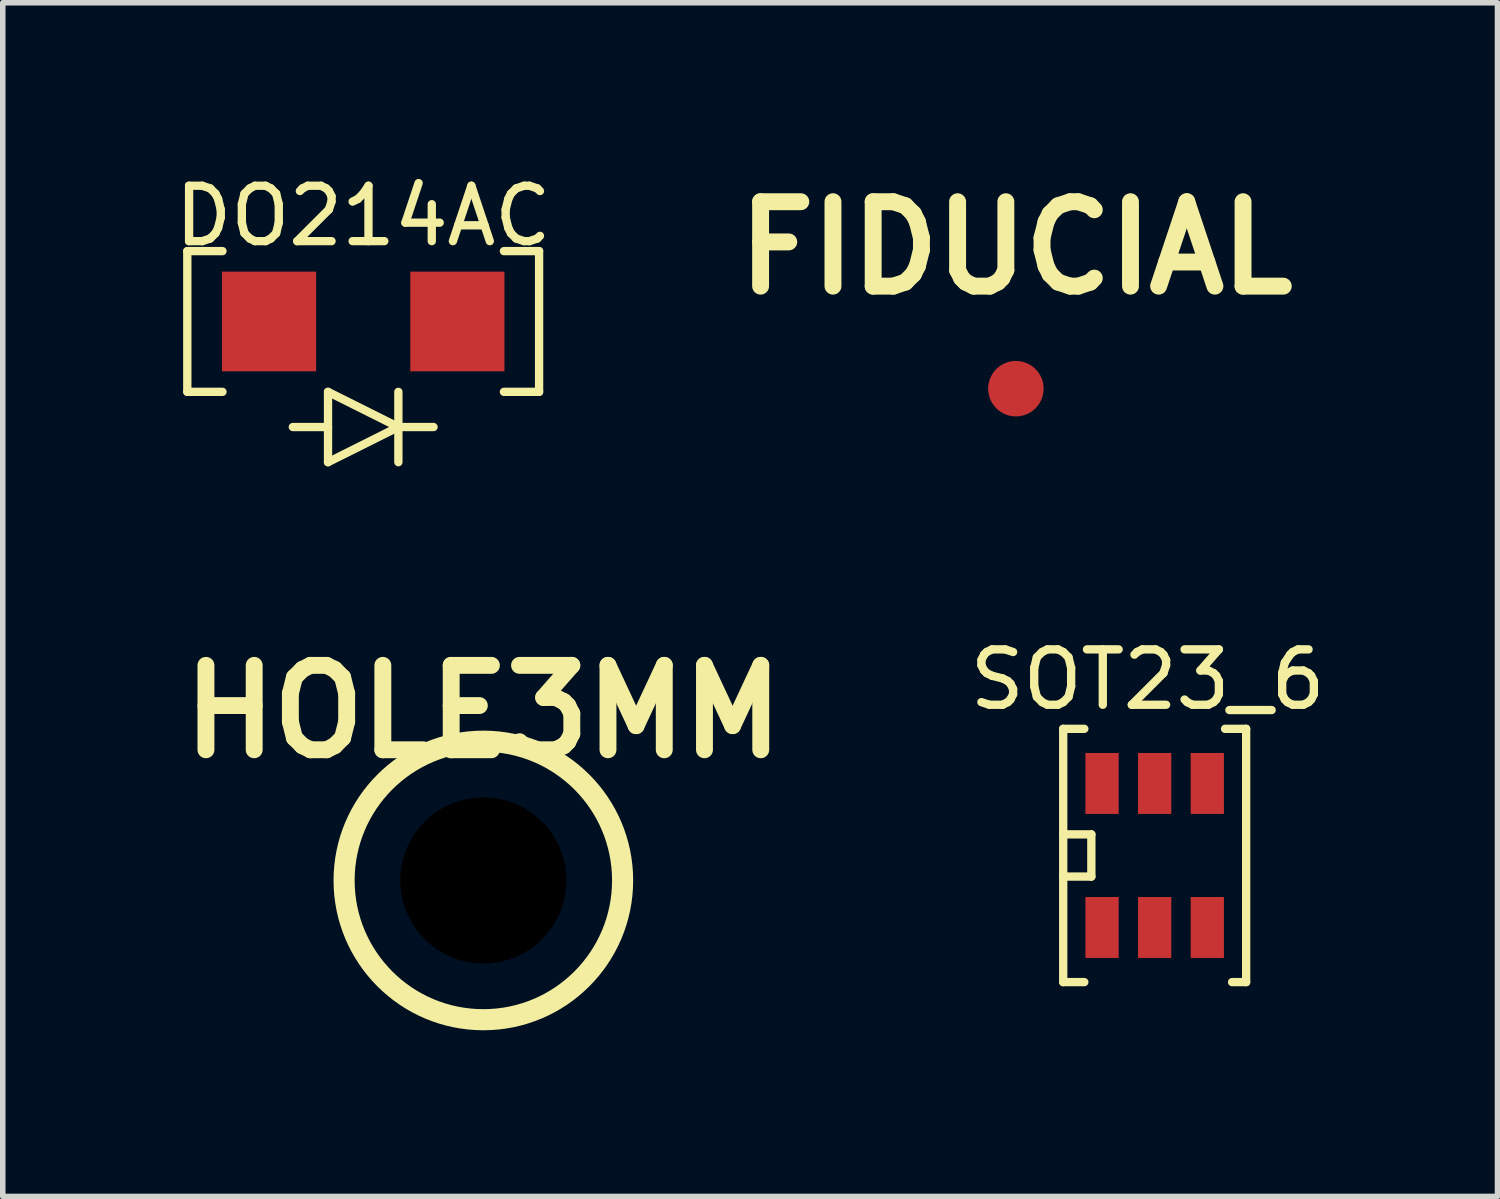
<source format=kicad_pcb>
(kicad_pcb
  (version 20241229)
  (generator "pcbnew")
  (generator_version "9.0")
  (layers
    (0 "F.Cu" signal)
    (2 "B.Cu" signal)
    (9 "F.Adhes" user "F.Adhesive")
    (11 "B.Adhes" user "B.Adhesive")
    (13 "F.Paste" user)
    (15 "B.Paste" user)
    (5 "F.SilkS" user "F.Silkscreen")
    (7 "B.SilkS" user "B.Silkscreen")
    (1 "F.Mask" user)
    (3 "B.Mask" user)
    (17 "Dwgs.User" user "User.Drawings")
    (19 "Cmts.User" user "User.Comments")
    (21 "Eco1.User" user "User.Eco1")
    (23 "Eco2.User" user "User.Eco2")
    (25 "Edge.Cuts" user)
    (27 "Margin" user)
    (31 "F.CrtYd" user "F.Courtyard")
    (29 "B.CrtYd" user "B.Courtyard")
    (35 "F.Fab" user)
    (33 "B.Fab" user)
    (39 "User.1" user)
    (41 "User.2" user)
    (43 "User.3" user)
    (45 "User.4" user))
  (footprint "HOLE3MM"
    (layer "F.Cu")
    (at 5.675 12.843)
    (property "Reference" "HOLE3MM" (at 0 -3.048 0) (layer "F.SilkS") (effects (font (size 1.524 1.524) (thickness 0.305))))
    (attr through_hole)
    (fp_circle (center 0 0) (end 1.999 1.524) (stroke (width 0.381) (type solid)) (fill no) (layer "F.SilkS"))
    (pad "" np_thru_hole circle (at 0 0) (size 3 3) (drill 3) (layers)))
  (footprint "SOT23_6"
    (layer "F.Cu")
    (at 17.793 12.392)
    (property "Reference" "SOT23_6" (at -0.127 -3.175 0) (layer "F.SilkS") (effects (font (size 1 1) (thickness 0.15))))
    (attr through_hole)
    (fp_line (start -1.651 -2.286) (end -1.651 2.286) (stroke (width 0.15) (type solid)) (layer "F.SilkS"))
    (fp_line (start -1.651 -0.381) (end -1.143 -0.381) (stroke (width 0.15) (type solid)) (layer "F.SilkS"))
    (fp_line (start -1.651 2.286) (end -1.27 2.286) (stroke (width 0.15) (type solid)) (layer "F.SilkS"))
    (fp_line (start -1.27 -2.286) (end -1.651 -2.286) (stroke (width 0.15) (type solid)) (layer "F.SilkS"))
    (fp_line (start -1.143 -0.381) (end -1.143 0.381) (stroke (width 0.15) (type solid)) (layer "F.SilkS"))
    (fp_line (start -1.143 0.381) (end -1.651 0.381) (stroke (width 0.15) (type solid)) (layer "F.SilkS"))
    (fp_line (start 1.27 -2.286) (end 1.651 -2.286) (stroke (width 0.15) (type solid)) (layer "F.SilkS"))
    (fp_line (start 1.651 -2.286) (end 1.651 2.286) (stroke (width 0.15) (type solid)) (layer "F.SilkS"))
    (fp_line (start 1.651 2.286) (end 1.397 2.286) (stroke (width 0.15) (type solid)) (layer "F.SilkS"))
    (pad "1" smd rect (at -0.95 1.3) (size 0.6 1.1) (layers "F.Cu" "F.Mask" "F.Paste"))
    (pad "2" smd rect (at 0 1.3) (size 0.6 1.1) (layers "F.Cu" "F.Mask" "F.Paste"))
    (pad "3" smd rect (at 0.95 1.3) (size 0.6 1.1) (layers "F.Cu" "F.Mask" "F.Paste"))
    (pad "4" smd rect (at 0.95 -1.3) (size 0.6 1.1) (layers "F.Cu" "F.Mask" "F.Paste"))
    (pad "5" smd rect (at 0 -1.3) (size 0.6 1.1) (layers "F.Cu" "F.Mask" "F.Paste"))
    (pad "6" smd rect (at -0.95 -1.3) (size 0.6 1.1) (layers "F.Cu" "F.Mask" "F.Paste")))
  (footprint "FIDUCIAL"
    (layer "F.Cu")
    (at 15.288 3.966)
    (property "Reference" "FIDUCIAL" (at 0 -2.54 0) (layer "F.SilkS") (effects (font (size 1.524 1.524) (thickness 0.305))))
    (attr through_hole)
    (pad "1" smd circle (at 0 0) (size 1.001 1.001) (layers "F.Cu" "F.Mask" "F.Paste")))
  (footprint "DO214AC"
    (layer "F.Cu")
    (at 3.506 2.753)
    (property "Reference" "DO214AC" (at 0 -1.905 0) (layer "F.SilkS") (effects (font (size 1 1) (thickness 0.15))))
    (attr through_hole)
    (fp_line (start -3.175 -1.27) (end -3.175 1.27) (stroke (width 0.15) (type solid)) (layer "F.SilkS"))
    (fp_line (start -3.175 1.27) (end -2.54 1.27) (stroke (width 0.15) (type solid)) (layer "F.SilkS"))
    (fp_line (start -2.54 -1.27) (end -3.175 -1.27) (stroke (width 0.15) (type solid)) (layer "F.SilkS"))
    (fp_line (start -0.635 1.27) (end -0.635 2.54) (stroke (width 0.15) (type solid)) (layer "F.SilkS"))
    (fp_line (start -0.635 1.905) (end -1.27 1.905) (stroke (width 0.15) (type solid)) (layer "F.SilkS"))
    (fp_line (start -0.635 2.54) (end 0.635 1.905) (stroke (width 0.15) (type solid)) (layer "F.SilkS"))
    (fp_line (start 0.635 1.27) (end 0.635 2.54) (stroke (width 0.15) (type solid)) (layer "F.SilkS"))
    (fp_line (start 0.635 1.905) (end -0.635 1.27) (stroke (width 0.15) (type solid)) (layer "F.SilkS"))
    (fp_line (start 0.635 1.905) (end 1.27 1.905) (stroke (width 0.15) (type solid)) (layer "F.SilkS"))
    (fp_line (start 2.54 -1.27) (end 3.175 -1.27) (stroke (width 0.15) (type solid)) (layer "F.SilkS"))
    (fp_line (start 3.175 -1.27) (end 3.175 1.27) (stroke (width 0.15) (type solid)) (layer "F.SilkS"))
    (fp_line (start 3.175 1.27) (end 2.54 1.27) (stroke (width 0.15) (type solid)) (layer "F.SilkS"))
    (pad "1" smd rect (at -1.7 0) (size 1.7 1.8) (layers "F.Cu" "F.Mask" "F.Paste"))
    (pad "2" smd rect (at 1.7 0) (size 1.7 1.8) (layers "F.Cu" "F.Mask" "F.Paste")))
  (gr_rect
    (start -3 -3)
    (end 23.981 18.547)
    (stroke (width 0.1) (type default))
    (fill no)
    (layer "Edge.Cuts")))
</source>
